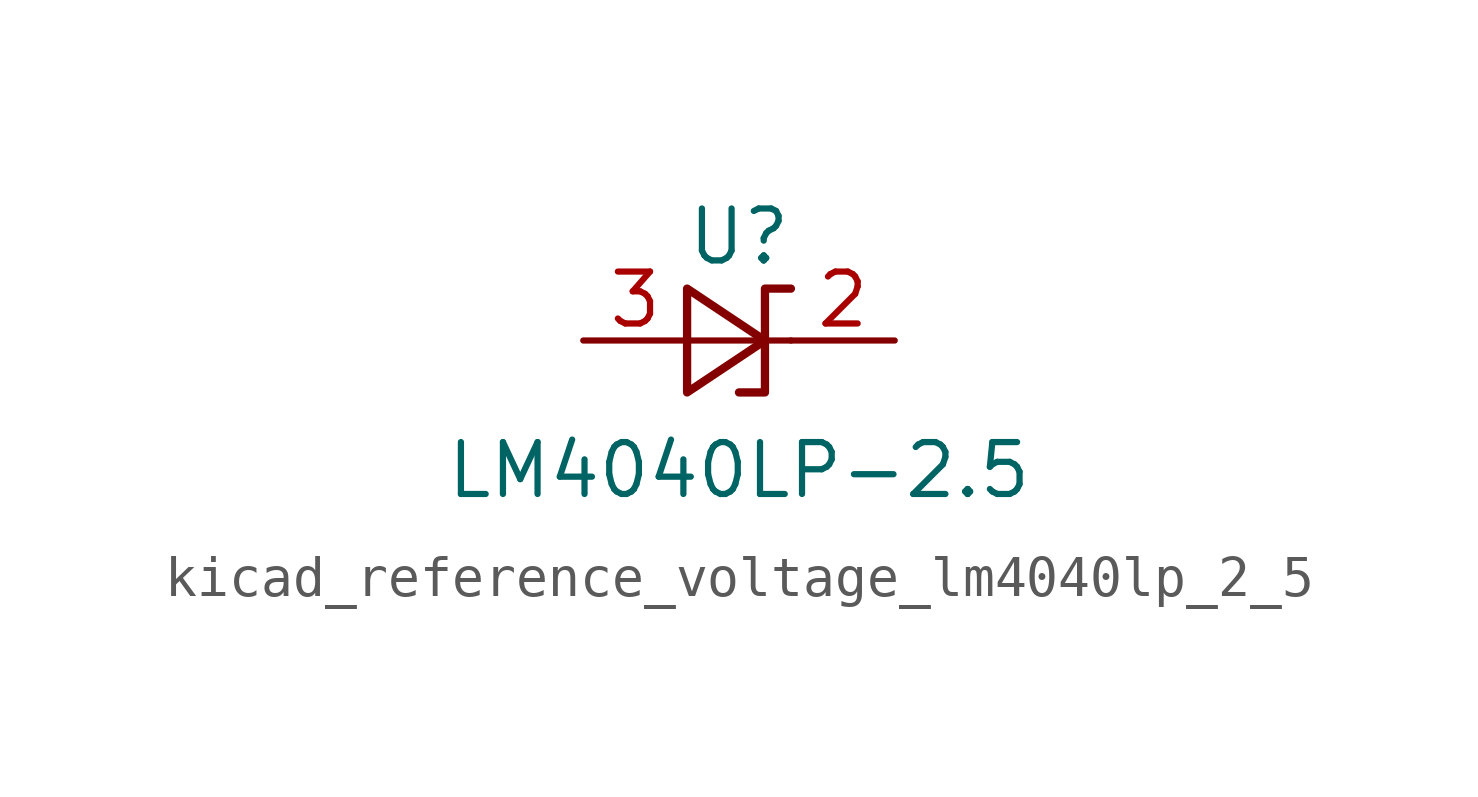
<source format=kicad_sym>
(kicad_symbol_lib
  (version 20220914)
  (generator kicad_symbol_editor)
  (symbol "kicad_reference_voltage_lm4040lp_2_5"
    (pin_names
      (offset 0.025) hide)
    (property "Reference" "U"
      (at 0 2.54 0)
      (effects (font (size 1.27 1.27))))
    (property "Value" "LM4040LP-2.5"
      (at 0 -3.175 0)
      (effects (font (size 1.27 1.27))))
    (symbol "kicad_reference_voltage_lm4040lp_2_5_0_1"
      (polyline (pts (xy -1.27 0) (xy 0 0) (xy 1.27 0)) (stroke (width 0) (type default)) (fill (type none)))
      (polyline (pts (xy -1.27 -1.27) (xy 0.635 0) (xy -1.27 1.27) (xy -1.27 -1.27)) (stroke (width 0.203) (type default)) (fill (type none)))
      (polyline (pts (xy 0 -1.27) (xy 0.635 -1.27) (xy 0.635 1.27) (xy 1.27 1.27)) (stroke (width 0.203) (type default)) (fill (type none))))
    (symbol "kicad_reference_voltage_lm4040lp_2_5_1_1"
      (pin passive line (at 3.81 0 180) (length 2.54) (name "K" (effects (font (size 1.27 1.27)))) (number "2" (effects (font (size 1.27 1.27)))))
      (pin passive line (at -3.81 0 0) (length 2.54) (name "A" (effects (font (size 1.27 1.27)))) (number "3" (effects (font (size 1.27 1.27))))))))
</source>
